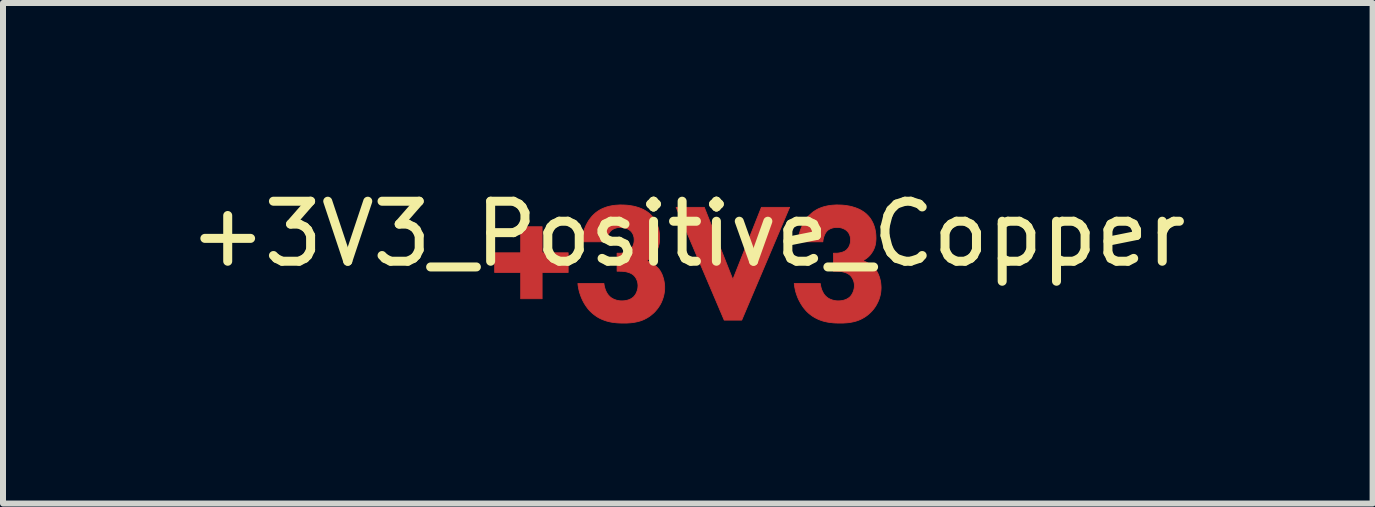
<source format=kicad_pcb>
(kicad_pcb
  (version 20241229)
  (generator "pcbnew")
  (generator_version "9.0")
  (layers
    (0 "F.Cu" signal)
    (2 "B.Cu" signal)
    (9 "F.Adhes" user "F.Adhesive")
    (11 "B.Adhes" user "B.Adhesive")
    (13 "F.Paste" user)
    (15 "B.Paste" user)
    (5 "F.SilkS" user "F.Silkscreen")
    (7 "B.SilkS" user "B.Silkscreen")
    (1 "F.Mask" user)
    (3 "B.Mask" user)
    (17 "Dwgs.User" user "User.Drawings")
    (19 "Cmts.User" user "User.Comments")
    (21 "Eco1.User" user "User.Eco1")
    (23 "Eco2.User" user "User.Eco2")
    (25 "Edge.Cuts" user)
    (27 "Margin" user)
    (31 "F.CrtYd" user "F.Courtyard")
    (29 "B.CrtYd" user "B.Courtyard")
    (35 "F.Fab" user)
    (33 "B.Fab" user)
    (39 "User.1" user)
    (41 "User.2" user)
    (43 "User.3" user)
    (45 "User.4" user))
  (footprint "+3V3_Positive_Copper"
    (layer "F.Cu")
    (at 8.411 1.348)
    (property "Reference" "+3V3_Positive_Copper" (at 0 -0.5 0) (unlocked yes) (layer "F.SilkS") (effects (font (size 1 1) (thickness 0.15))))
    (fp_poly (pts (xy 0.75 0.259) (xy 1.226 -0.944) (xy 1.696 -0.944) (xy 0.898 0.936) (xy 0.606 0.936) (xy -0.195 -0.944) (xy 0.274 -0.944)) (stroke (width 0.013) (type solid)) (fill yes) (layer "F.Cu"))
    (fp_poly (pts (xy -2.428 -0.186) (xy -1.994 -0.186) (xy -1.994 0.142) (xy -2.428 0.142) (xy -2.428 0.58) (xy -2.785 0.58) (xy -2.785 0.142) (xy -3.219 0.142) (xy -3.219 -0.186) (xy -2.785 -0.186) (xy -2.785 -0.62) (xy -2.428 -0.62)) (stroke (width 0.013) (type solid)) (fill yes) (layer "F.Cu"))
    (fp_poly (pts (xy -1.066 -0.982) (xy -1.025 -0.98) (xy -0.985 -0.976) (xy -0.947 -0.97) (xy -0.91 -0.964) (xy -0.875 -0.956) (xy -0.842 -0.946) (xy -0.81 -0.936) (xy -0.78 -0.924) (xy -0.752 -0.912) (xy -0.725 -0.898) (xy -0.7 -0.883) (xy -0.676 -0.868) (xy -0.654 -0.852) (xy -0.634 -0.835) (xy -0.615 -0.817) (xy -0.601 -0.802) (xy -0.587 -0.786) (xy -0.573 -0.769) (xy -0.56 -0.75) (xy -0.547 -0.731) (xy -0.535 -0.71) (xy -0.524 -0.688) (xy -0.514 -0.665) (xy -0.504 -0.64) (xy -0.496 -0.614) (xy -0.488 -0.588) (xy -0.482 -0.559) (xy -0.477 -0.53) (xy -0.473 -0.499) (xy -0.471 -0.466) (xy -0.47 -0.433) (xy -0.471 -0.416) (xy -0.471 -0.399) (xy -0.472 -0.382) (xy -0.474 -0.365) (xy -0.476 -0.349) (xy -0.479 -0.332) (xy -0.483 -0.316) (xy -0.487 -0.3) (xy -0.491 -0.284) (xy -0.497 -0.268) (xy -0.503 -0.252) (xy -0.511 -0.237) (xy -0.519 -0.221) (xy -0.527 -0.206) (xy -0.537 -0.19) (xy -0.548 -0.175) (xy -0.555 -0.165) (xy -0.563 -0.155) (xy -0.571 -0.146) (xy -0.579 -0.137) (xy -0.587 -0.128) (xy -0.596 -0.12) (xy -0.604 -0.112) (xy -0.613 -0.105) (xy -0.622 -0.097) (xy -0.631 -0.091) (xy -0.641 -0.084) (xy -0.65 -0.078) (xy -0.66 -0.072) (xy -0.669 -0.066) (xy -0.679 -0.061) (xy -0.689 -0.055) (xy -0.674 -0.05) (xy -0.66 -0.043) (xy -0.645 -0.037) (xy -0.63 -0.03) (xy -0.615 -0.022) (xy -0.601 -0.013) (xy -0.586 -0.005) (xy -0.572 0.005) (xy -0.558 0.015) (xy -0.545 0.025) (xy -0.532 0.036) (xy -0.519 0.047) (xy -0.507 0.059) (xy -0.495 0.071) (xy -0.484 0.083) (xy -0.474 0.097) (xy -0.464 0.111) (xy -0.454 0.127) (xy -0.445 0.144) (xy -0.436 0.161) (xy -0.428 0.179) (xy -0.421 0.197) (xy -0.415 0.216) (xy -0.409 0.235) (xy -0.403 0.255) (xy -0.399 0.275) (xy -0.395 0.294) (xy -0.392 0.314) (xy -0.389 0.334) (xy -0.387 0.354) (xy -0.386 0.373) (xy -0.386 0.393) (xy -0.386 0.42) (xy -0.388 0.448) (xy -0.392 0.476) (xy -0.397 0.504) (xy -0.403 0.532) (xy -0.411 0.56) (xy -0.42 0.588) (xy -0.431 0.616) (xy -0.443 0.644) (xy -0.457 0.671) (xy -0.473 0.698) (xy -0.49 0.724) (xy -0.509 0.75) (xy -0.53 0.775) (xy -0.552 0.8) (xy -0.576 0.823) (xy -0.607 0.849) (xy -0.638 0.873) (xy -0.669 0.893) (xy -0.701 0.911) (xy -0.733 0.927) (xy -0.765 0.94) (xy -0.797 0.951) (xy -0.829 0.96) (xy -0.861 0.967) (xy -0.892 0.973) (xy -0.924 0.978) (xy -0.955 0.981) (xy -0.985 0.983) (xy -1.015 0.985) (xy -1.074 0.985) (xy -1.108 0.985) (xy -1.143 0.984) (xy -1.178 0.982) (xy -1.214 0.978) (xy -1.249 0.974) (xy -1.285 0.968) (xy -1.32 0.96) (xy -1.355 0.951) (xy -1.39 0.939) (xy -1.425 0.926) (xy -1.46 0.91) (xy -1.494 0.892) (xy -1.527 0.871) (xy -1.56 0.847) (xy -1.592 0.821) (xy -1.624 0.791) (xy -1.644 0.77) (xy -1.663 0.748) (xy -1.681 0.724) (xy -1.699 0.699) (xy -1.716 0.673) (xy -1.732 0.646) (xy -1.747 0.618) (xy -1.761 0.589) (xy -1.774 0.559) (xy -1.786 0.528) (xy -1.797 0.496) (xy -1.807 0.464) (xy -1.815 0.43) (xy -1.822 0.396) (xy -1.828 0.361) (xy -1.832 0.326) (xy -1.398 0.326) (xy -1.397 0.34) (xy -1.394 0.354) (xy -1.392 0.369) (xy -1.388 0.383) (xy -1.384 0.398) (xy -1.38 0.412) (xy -1.375 0.427) (xy -1.37 0.441) (xy -1.363 0.455) (xy -1.357 0.468) (xy -1.35 0.481) (xy -1.342 0.494) (xy -1.334 0.506) (xy -1.325 0.517) (xy -1.316 0.528) (xy -1.306 0.537) (xy -1.298 0.546) (xy -1.288 0.554) (xy -1.278 0.562) (xy -1.267 0.569) (xy -1.256 0.576) (xy -1.244 0.582) (xy -1.231 0.588) (xy -1.218 0.593) (xy -1.205 0.598) (xy -1.191 0.603) (xy -1.176 0.606) (xy -1.162 0.609) (xy -1.146 0.612) (xy -1.131 0.614) (xy -1.115 0.615) (xy -1.098 0.615) (xy -1.084 0.615) (xy -1.071 0.614) (xy -1.057 0.613) (xy -1.044 0.611) (xy -1.031 0.609) (xy -1.018 0.606) (xy -1.005 0.603) (xy -0.992 0.599) (xy -0.98 0.595) (xy -0.969 0.59) (xy -0.957 0.585) (xy -0.947 0.579) (xy -0.936 0.573) (xy -0.926 0.566) (xy -0.917 0.559) (xy -0.908 0.552) (xy -0.899 0.543) (xy -0.891 0.534) (xy -0.884 0.525) (xy -0.876 0.514) (xy -0.869 0.504) (xy -0.863 0.492) (xy -0.857 0.48) (xy -0.852 0.468) (xy -0.847 0.456) (xy -0.843 0.443) (xy -0.839 0.43) (xy -0.836 0.416) (xy -0.833 0.403) (xy -0.832 0.389) (xy -0.831 0.375) (xy -0.83 0.361) (xy -0.831 0.347) (xy -0.832 0.334) (xy -0.834 0.32) (xy -0.836 0.307) (xy -0.84 0.294) (xy -0.844 0.281) (xy -0.848 0.269) (xy -0.854 0.257) (xy -0.859 0.245) (xy -0.866 0.234) (xy -0.872 0.224) (xy -0.879 0.214) (xy -0.887 0.205) (xy -0.895 0.196) (xy -0.903 0.188) (xy -0.911 0.181) (xy -0.924 0.172) (xy -0.938 0.163) (xy -0.952 0.156) (xy -0.967 0.149) (xy -0.982 0.144) (xy -0.997 0.139) (xy -1.012 0.135) (xy -1.028 0.131) (xy -1.043 0.128) (xy -1.059 0.126) (xy -1.074 0.124) (xy -1.089 0.123) (xy -1.118 0.122) (xy -1.144 0.121) (xy -1.179 0.121) (xy -1.179 -0.179) (xy -1.155 -0.179) (xy -1.142 -0.179) (xy -1.123 -0.179) (xy -1.112 -0.18) (xy -1.1 -0.181) (xy -1.088 -0.183) (xy -1.074 -0.185) (xy -1.06 -0.188) (xy -1.046 -0.192) (xy -1.032 -0.196) (xy -1.017 -0.201) (xy -1.003 -0.207) (xy -0.996 -0.21) (xy -0.99 -0.214) (xy -0.983 -0.218) (xy -0.977 -0.222) (xy -0.97 -0.227) (xy -0.964 -0.232) (xy -0.957 -0.238) (xy -0.95 -0.246) (xy -0.943 -0.254) (xy -0.937 -0.262) (xy -0.931 -0.271) (xy -0.925 -0.28) (xy -0.919 -0.29) (xy -0.914 -0.3) (xy -0.91 -0.311) (xy -0.906 -0.323) (xy -0.902 -0.334) (xy -0.899 -0.347) (xy -0.897 -0.359) (xy -0.895 -0.373) (xy -0.894 -0.387) (xy -0.894 -0.394) (xy -0.894 -0.401) (xy -0.894 -0.413) (xy -0.895 -0.424) (xy -0.896 -0.436) (xy -0.898 -0.447) (xy -0.901 -0.458) (xy -0.904 -0.468) (xy -0.907 -0.479) (xy -0.911 -0.489) (xy -0.915 -0.498) (xy -0.92 -0.507) (xy -0.925 -0.516) (xy -0.931 -0.524) (xy -0.937 -0.532) (xy -0.943 -0.54) (xy -0.95 -0.546) (xy -0.957 -0.553) (xy -0.964 -0.558) (xy -0.971 -0.564) (xy -0.979 -0.57) (xy -0.988 -0.575) (xy -0.996 -0.58) (xy -1.005 -0.584) (xy -1.015 -0.589) (xy -1.025 -0.593) (xy -1.036 -0.596) (xy -1.046 -0.6) (xy -1.058 -0.602) (xy -1.069 -0.605) (xy -1.081 -0.607) (xy -1.094 -0.608) (xy -1.106 -0.609) (xy -1.119 -0.609) (xy -1.133 -0.609) (xy -1.146 -0.608) (xy -1.158 -0.607) (xy -1.171 -0.605) (xy -1.183 -0.602) (xy -1.195 -0.599) (xy -1.206 -0.596) (xy -1.217 -0.592) (xy -1.228 -0.587) (xy -1.238 -0.583) (xy -1.248 -0.577) (xy -1.257 -0.572) (xy -1.266 -0.566) (xy -1.274 -0.559) (xy -1.282 -0.553) (xy -1.289 -0.546) (xy -1.296 -0.537) (xy -1.303 -0.528) (xy -1.309 -0.519) (xy -1.315 -0.509) (xy -1.321 -0.498) (xy -1.326 -0.487) (xy -1.331 -0.476) (xy -1.336 -0.464) (xy -1.34 -0.452) (xy -1.343 -0.44) (xy -1.347 -0.428) (xy -1.349 -0.416) (xy -1.352 -0.404) (xy -1.354 -0.392) (xy -1.355 -0.381) (xy -1.356 -0.369) (xy -1.772 -0.369) (xy -1.772 -0.38) (xy -1.768 -0.41) (xy -1.763 -0.439) (xy -1.757 -0.469) (xy -1.749 -0.499) (xy -1.741 -0.528) (xy -1.731 -0.558) (xy -1.721 -0.586) (xy -1.709 -0.614) (xy -1.697 -0.642) (xy -1.683 -0.668) (xy -1.669 -0.694) (xy -1.654 -0.719) (xy -1.638 -0.743) (xy -1.621 -0.765) (xy -1.603 -0.787) (xy -1.585 -0.807) (xy -1.559 -0.832) (xy -1.532 -0.856) (xy -1.503 -0.877) (xy -1.475 -0.895) (xy -1.445 -0.912) (xy -1.415 -0.926) (xy -1.384 -0.938) (xy -1.354 -0.949) (xy -1.323 -0.958) (xy -1.292 -0.965) (xy -1.26 -0.971) (xy -1.229 -0.976) (xy -1.199 -0.979) (xy -1.168 -0.981) (xy -1.138 -0.983) (xy -1.109 -0.983)) (stroke (width 0.013) (type solid)) (fill yes) (layer "F.Cu"))
    (fp_poly (pts (xy 2.539 -0.982) (xy 2.581 -0.98) (xy 2.62 -0.976) (xy 2.659 -0.97) (xy 2.695 -0.964) (xy 2.73 -0.956) (xy 2.763 -0.946) (xy 2.795 -0.936) (xy 2.825 -0.924) (xy 2.854 -0.912) (xy 2.881 -0.898) (xy 2.906 -0.883) (xy 2.929 -0.868) (xy 2.951 -0.852) (xy 2.972 -0.835) (xy 2.99 -0.817) (xy 3.005 -0.802) (xy 3.019 -0.786) (xy 3.033 -0.769) (xy 3.046 -0.75) (xy 3.058 -0.731) (xy 3.07 -0.71) (xy 3.081 -0.688) (xy 3.092 -0.665) (xy 3.101 -0.64) (xy 3.11 -0.614) (xy 3.117 -0.588) (xy 3.123 -0.559) (xy 3.128 -0.53) (xy 3.132 -0.499) (xy 3.134 -0.466) (xy 3.135 -0.433) (xy 3.135 -0.416) (xy 3.134 -0.399) (xy 3.133 -0.382) (xy 3.131 -0.365) (xy 3.129 -0.349) (xy 3.126 -0.332) (xy 3.123 -0.316) (xy 3.119 -0.3) (xy 3.114 -0.284) (xy 3.108 -0.268) (xy 3.102 -0.252) (xy 3.095 -0.237) (xy 3.087 -0.221) (xy 3.078 -0.206) (xy 3.068 -0.19) (xy 3.057 -0.175) (xy 3.05 -0.165) (xy 3.042 -0.155) (xy 3.035 -0.146) (xy 3.026 -0.137) (xy 3.018 -0.128) (xy 3.01 -0.12) (xy 3.001 -0.112) (xy 2.992 -0.105) (xy 2.983 -0.097) (xy 2.974 -0.091) (xy 2.965 -0.084) (xy 2.955 -0.078) (xy 2.946 -0.072) (xy 2.936 -0.066) (xy 2.926 -0.061) (xy 2.916 -0.055) (xy 2.931 -0.05) (xy 2.946 -0.043) (xy 2.96 -0.037) (xy 2.975 -0.03) (xy 2.99 -0.022) (xy 3.005 -0.013) (xy 3.019 -0.005) (xy 3.033 0.005) (xy 3.047 0.015) (xy 3.061 0.025) (xy 3.074 0.036) (xy 3.086 0.047) (xy 3.099 0.059) (xy 3.11 0.071) (xy 3.121 0.083) (xy 3.131 0.097) (xy 3.142 0.111) (xy 3.151 0.127) (xy 3.161 0.144) (xy 3.169 0.161) (xy 3.177 0.179) (xy 3.184 0.197) (xy 3.191 0.216) (xy 3.197 0.235) (xy 3.202 0.255) (xy 3.207 0.275) (xy 3.211 0.294) (xy 3.214 0.314) (xy 3.216 0.334) (xy 3.218 0.354) (xy 3.219 0.373) (xy 3.22 0.393) (xy 3.219 0.42) (xy 3.217 0.448) (xy 3.214 0.476) (xy 3.209 0.504) (xy 3.203 0.532) (xy 3.195 0.56) (xy 3.186 0.588) (xy 3.175 0.616) (xy 3.162 0.644) (xy 3.148 0.671) (xy 3.133 0.698) (xy 3.116 0.724) (xy 3.097 0.75) (xy 3.076 0.775) (xy 3.053 0.8) (xy 3.029 0.823) (xy 2.999 0.849) (xy 2.967 0.873) (xy 2.936 0.893) (xy 2.904 0.911) (xy 2.872 0.927) (xy 2.84 0.94) (xy 2.808 0.951) (xy 2.777 0.96) (xy 2.745 0.967) (xy 2.713 0.973) (xy 2.682 0.978) (xy 2.651 0.981) (xy 2.62 0.983) (xy 2.59 0.985) (xy 2.532 0.985) (xy 2.497 0.985) (xy 2.462 0.984) (xy 2.427 0.982) (xy 2.392 0.978) (xy 2.356 0.974) (xy 2.321 0.968) (xy 2.285 0.96) (xy 2.25 0.951) (xy 2.215 0.939) (xy 2.18 0.926) (xy 2.146 0.91) (xy 2.112 0.892) (xy 2.078 0.871) (xy 2.045 0.847) (xy 2.013 0.821) (xy 1.981 0.791) (xy 1.962 0.77) (xy 1.943 0.748) (xy 1.924 0.724) (xy 1.907 0.699) (xy 1.89 0.673) (xy 1.874 0.646) (xy 1.859 0.618) (xy 1.844 0.589) (xy 1.831 0.559) (xy 1.819 0.528) (xy 1.808 0.496) (xy 1.798 0.464) (xy 1.79 0.43) (xy 1.783 0.396) (xy 1.777 0.361) (xy 1.773 0.326) (xy 2.207 0.326) (xy 2.209 0.34) (xy 2.211 0.354) (xy 2.214 0.369) (xy 2.217 0.383) (xy 2.221 0.398) (xy 2.225 0.412) (xy 2.23 0.427) (xy 2.236 0.441) (xy 2.242 0.455) (xy 2.249 0.468) (xy 2.256 0.481) (xy 2.263 0.494) (xy 2.271 0.506) (xy 2.28 0.517) (xy 2.289 0.528) (xy 2.299 0.537) (xy 2.308 0.546) (xy 2.317 0.554) (xy 2.328 0.562) (xy 2.338 0.569) (xy 2.35 0.576) (xy 2.362 0.582) (xy 2.374 0.588) (xy 2.387 0.593) (xy 2.401 0.598) (xy 2.415 0.603) (xy 2.429 0.606) (xy 2.444 0.609) (xy 2.459 0.612) (xy 2.475 0.614) (xy 2.491 0.615) (xy 2.507 0.615) (xy 2.521 0.615) (xy 2.535 0.614) (xy 2.548 0.613) (xy 2.562 0.611) (xy 2.575 0.609) (xy 2.588 0.606) (xy 2.601 0.603) (xy 2.613 0.599) (xy 2.625 0.595) (xy 2.637 0.59) (xy 2.648 0.585) (xy 2.659 0.579) (xy 2.669 0.573) (xy 2.679 0.566) (xy 2.689 0.559) (xy 2.698 0.552) (xy 2.706 0.543) (xy 2.714 0.534) (xy 2.722 0.525) (xy 2.729 0.514) (xy 2.736 0.504) (xy 2.742 0.492) (xy 2.748 0.48) (xy 2.754 0.468) (xy 2.758 0.456) (xy 2.763 0.443) (xy 2.766 0.43) (xy 2.77 0.416) (xy 2.772 0.403) (xy 2.774 0.389) (xy 2.775 0.375) (xy 2.775 0.361) (xy 2.775 0.347) (xy 2.774 0.334) (xy 2.772 0.32) (xy 2.769 0.307) (xy 2.766 0.294) (xy 2.762 0.281) (xy 2.757 0.269) (xy 2.752 0.257) (xy 2.746 0.245) (xy 2.74 0.234) (xy 2.733 0.224) (xy 2.726 0.214) (xy 2.719 0.205) (xy 2.711 0.196) (xy 2.703 0.188) (xy 2.694 0.181) (xy 2.681 0.172) (xy 2.668 0.163) (xy 2.653 0.156) (xy 2.639 0.149) (xy 2.624 0.144) (xy 2.609 0.139) (xy 2.593 0.135) (xy 2.578 0.131) (xy 2.562 0.128) (xy 2.547 0.126) (xy 2.531 0.124) (xy 2.516 0.123) (xy 2.488 0.122) (xy 2.461 0.121) (xy 2.426 0.121) (xy 2.426 -0.179) (xy 2.451 -0.179) (xy 2.463 -0.179) (xy 2.482 -0.179) (xy 2.493 -0.18) (xy 2.505 -0.181) (xy 2.518 -0.183) (xy 2.531 -0.185) (xy 2.545 -0.188) (xy 2.559 -0.192) (xy 2.574 -0.196) (xy 2.588 -0.201) (xy 2.602 -0.207) (xy 2.609 -0.21) (xy 2.616 -0.214) (xy 2.622 -0.218) (xy 2.629 -0.222) (xy 2.635 -0.227) (xy 2.641 -0.232) (xy 2.648 -0.238) (xy 2.655 -0.246) (xy 2.662 -0.254) (xy 2.669 -0.262) (xy 2.675 -0.271) (xy 2.681 -0.28) (xy 2.686 -0.29) (xy 2.691 -0.3) (xy 2.696 -0.311) (xy 2.7 -0.323) (xy 2.703 -0.334) (xy 2.706 -0.347) (xy 2.709 -0.359) (xy 2.71 -0.373) (xy 2.711 -0.387) (xy 2.712 -0.394) (xy 2.712 -0.401) (xy 2.711 -0.413) (xy 2.711 -0.424) (xy 2.709 -0.436) (xy 2.707 -0.447) (xy 2.705 -0.458) (xy 2.702 -0.468) (xy 2.698 -0.479) (xy 2.694 -0.489) (xy 2.69 -0.498) (xy 2.685 -0.507) (xy 2.68 -0.516) (xy 2.674 -0.524) (xy 2.668 -0.532) (xy 2.662 -0.54) (xy 2.655 -0.546) (xy 2.648 -0.553) (xy 2.641 -0.558) (xy 2.634 -0.564) (xy 2.626 -0.57) (xy 2.618 -0.575) (xy 2.609 -0.58) (xy 2.6 -0.584) (xy 2.59 -0.589) (xy 2.58 -0.593) (xy 2.57 -0.596) (xy 2.559 -0.6) (xy 2.548 -0.602) (xy 2.536 -0.605) (xy 2.524 -0.607) (xy 2.512 -0.608) (xy 2.499 -0.609) (xy 2.486 -0.609) (xy 2.473 -0.609) (xy 2.46 -0.608) (xy 2.447 -0.607) (xy 2.435 -0.605) (xy 2.422 -0.602) (xy 2.411 -0.599) (xy 2.399 -0.596) (xy 2.388 -0.592) (xy 2.377 -0.587) (xy 2.367 -0.583) (xy 2.357 -0.577) (xy 2.348 -0.572) (xy 2.339 -0.566) (xy 2.331 -0.559) (xy 2.324 -0.553) (xy 2.317 -0.546) (xy 2.309 -0.537) (xy 2.303 -0.528) (xy 2.296 -0.519) (xy 2.29 -0.509) (xy 2.285 -0.498) (xy 2.279 -0.487) (xy 2.274 -0.476) (xy 2.27 -0.464) (xy 2.266 -0.452) (xy 2.262 -0.44) (xy 2.259 -0.428) (xy 2.256 -0.416) (xy 2.254 -0.404) (xy 2.252 -0.392) (xy 2.25 -0.381) (xy 2.25 -0.369) (xy 1.833 -0.369) (xy 1.833 -0.38) (xy 1.837 -0.41) (xy 1.842 -0.439) (xy 1.849 -0.469) (xy 1.856 -0.499) (xy 1.865 -0.528) (xy 1.874 -0.558) (xy 1.885 -0.586) (xy 1.896 -0.614) (xy 1.909 -0.642) (xy 1.922 -0.668) (xy 1.937 -0.694) (xy 1.952 -0.719) (xy 1.968 -0.743) (xy 1.985 -0.765) (xy 2.002 -0.787) (xy 2.02 -0.807) (xy 2.047 -0.832) (xy 2.074 -0.856) (xy 2.102 -0.877) (xy 2.131 -0.895) (xy 2.16 -0.912) (xy 2.19 -0.926) (xy 2.221 -0.938) (xy 2.252 -0.949) (xy 2.283 -0.958) (xy 2.314 -0.965) (xy 2.345 -0.971) (xy 2.376 -0.976) (xy 2.407 -0.979) (xy 2.437 -0.981) (xy 2.467 -0.983) (xy 2.496 -0.983)) (stroke (width 0.013) (type solid)) (fill yes) (layer "F.Cu")))
  (gr_rect
    (start -3 -3)
    (end 19.821 5.34)
    (stroke (width 0.1) (type default))
    (fill no)
    (layer "Edge.Cuts")))
</source>
